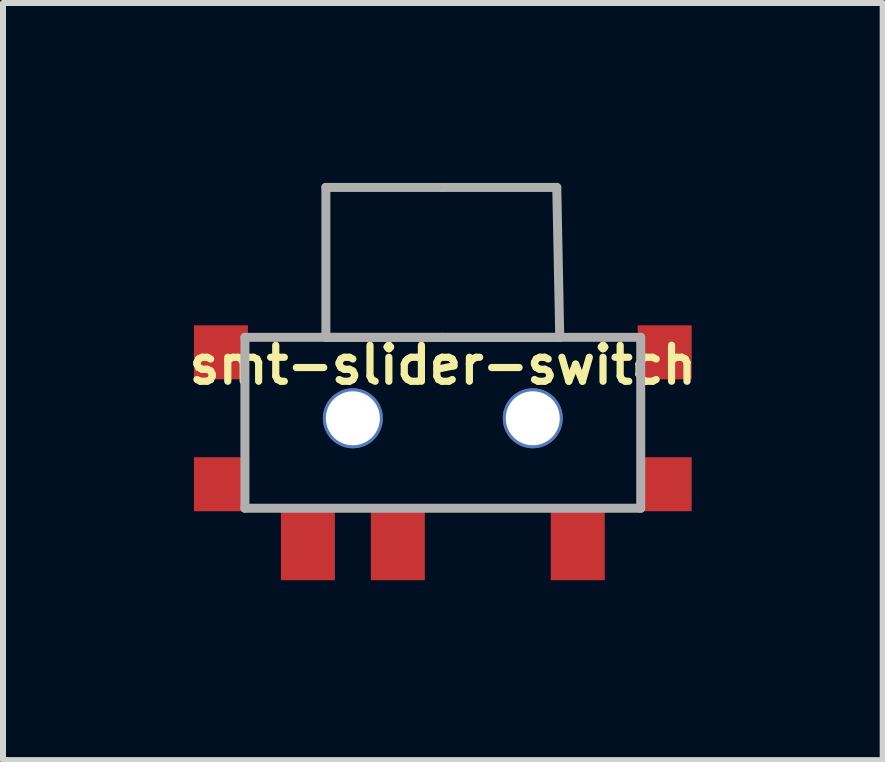
<source format=kicad_pcb>
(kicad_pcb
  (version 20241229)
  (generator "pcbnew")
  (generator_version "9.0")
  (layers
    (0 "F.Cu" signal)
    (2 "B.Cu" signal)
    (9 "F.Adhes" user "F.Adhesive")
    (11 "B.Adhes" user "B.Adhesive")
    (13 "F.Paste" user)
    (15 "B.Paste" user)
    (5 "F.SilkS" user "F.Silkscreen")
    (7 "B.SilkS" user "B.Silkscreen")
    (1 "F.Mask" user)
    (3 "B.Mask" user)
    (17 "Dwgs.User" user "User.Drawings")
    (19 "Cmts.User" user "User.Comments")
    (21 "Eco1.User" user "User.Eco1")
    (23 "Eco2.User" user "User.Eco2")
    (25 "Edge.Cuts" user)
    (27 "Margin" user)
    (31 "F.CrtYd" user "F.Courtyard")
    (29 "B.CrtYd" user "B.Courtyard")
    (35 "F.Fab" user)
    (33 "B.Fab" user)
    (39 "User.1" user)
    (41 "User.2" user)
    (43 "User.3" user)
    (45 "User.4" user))
  (footprint "smt-slider-switch"
    (layer "F.Cu")
    (at 4.334 3.925)
    (property "Reference" "smt-slider-switch" (at 0 -0.889 0) (layer "F.SilkS") (effects (font (size 0.6 0.6) (thickness 0.12))))
    (attr through_hole)
    (fp_line (start -3.3 -1.35) (end -3.3 1.5) (stroke (width 0.15) (type solid)) (layer "F.Fab"))
    (fp_line (start -3.3 1.5) (end 3.3 1.5) (stroke (width 0.15) (type solid)) (layer "F.Fab"))
    (fp_line (start -1.95 -3.85) (end 0 -3.85) (stroke (width 0.15) (type solid)) (layer "F.Fab"))
    (fp_line (start -1.95 -1.35) (end -1.95 -3.85) (stroke (width 0.15) (type solid)) (layer "F.Fab"))
    (fp_line (start 0 -3.85) (end 1.9 -3.85) (stroke (width 0.15) (type solid)) (layer "F.Fab"))
    (fp_line (start 0 -1.35) (end -3.3 -1.35) (stroke (width 0.15) (type solid)) (layer "F.Fab"))
    (fp_line (start 0 -1.35) (end 3.3 -1.35) (stroke (width 0.15) (type solid)) (layer "F.Fab"))
    (fp_line (start 1.9 -3.85) (end 1.95 -1.35) (stroke (width 0.15) (type solid)) (layer "F.Fab"))
    (fp_line (start 1.95 -1.35) (end -1.95 -1.35) (stroke (width 0.15) (type solid)) (layer "F.Fab"))
    (fp_line (start 3.3 1.5) (end 3.3 -1.35) (stroke (width 0.15) (type solid)) (layer "F.Fab"))
    (pad "" np_thru_hole circle (at -1.5 0) (size 1 1) (drill 0.9) (layers "*.Cu" "*.Mask"))
    (pad "" np_thru_hole circle (at 1.5 0) (size 1 1) (drill 0.9) (layers "*.Cu" "*.Mask"))
    (pad "0" smd rect (at -3.7 -1.1) (size 0.9 0.9) (layers "F.Cu" "F.Mask" "F.Paste"))
    (pad "0" smd rect (at -3.7 1.1) (size 0.9 0.9) (layers "F.Cu" "F.Mask" "F.Paste"))
    (pad "0" smd rect (at 3.7 -1.1) (size 0.9 0.9) (layers "F.Cu" "F.Mask" "F.Paste"))
    (pad "0" smd rect (at 3.7 1.1) (size 0.9 0.9) (layers "F.Cu" "F.Mask" "F.Paste"))
    (pad "1" smd rect (at 2.25 2.075) (size 0.9 1.25) (layers "F.Cu" "F.Mask" "F.Paste"))
    (pad "2" smd rect (at -0.75 2.075) (size 0.9 1.25) (layers "F.Cu" "F.Mask" "F.Paste"))
    (pad "3" smd rect (at -2.25 2.075) (size 0.9 1.25) (layers "F.Cu" "F.Mask" "F.Paste")))
  (gr_rect
    (start -3 -3)
    (end 11.669 9.625)
    (stroke (width 0.1) (type default))
    (fill no)
    (layer "Edge.Cuts")))
</source>
